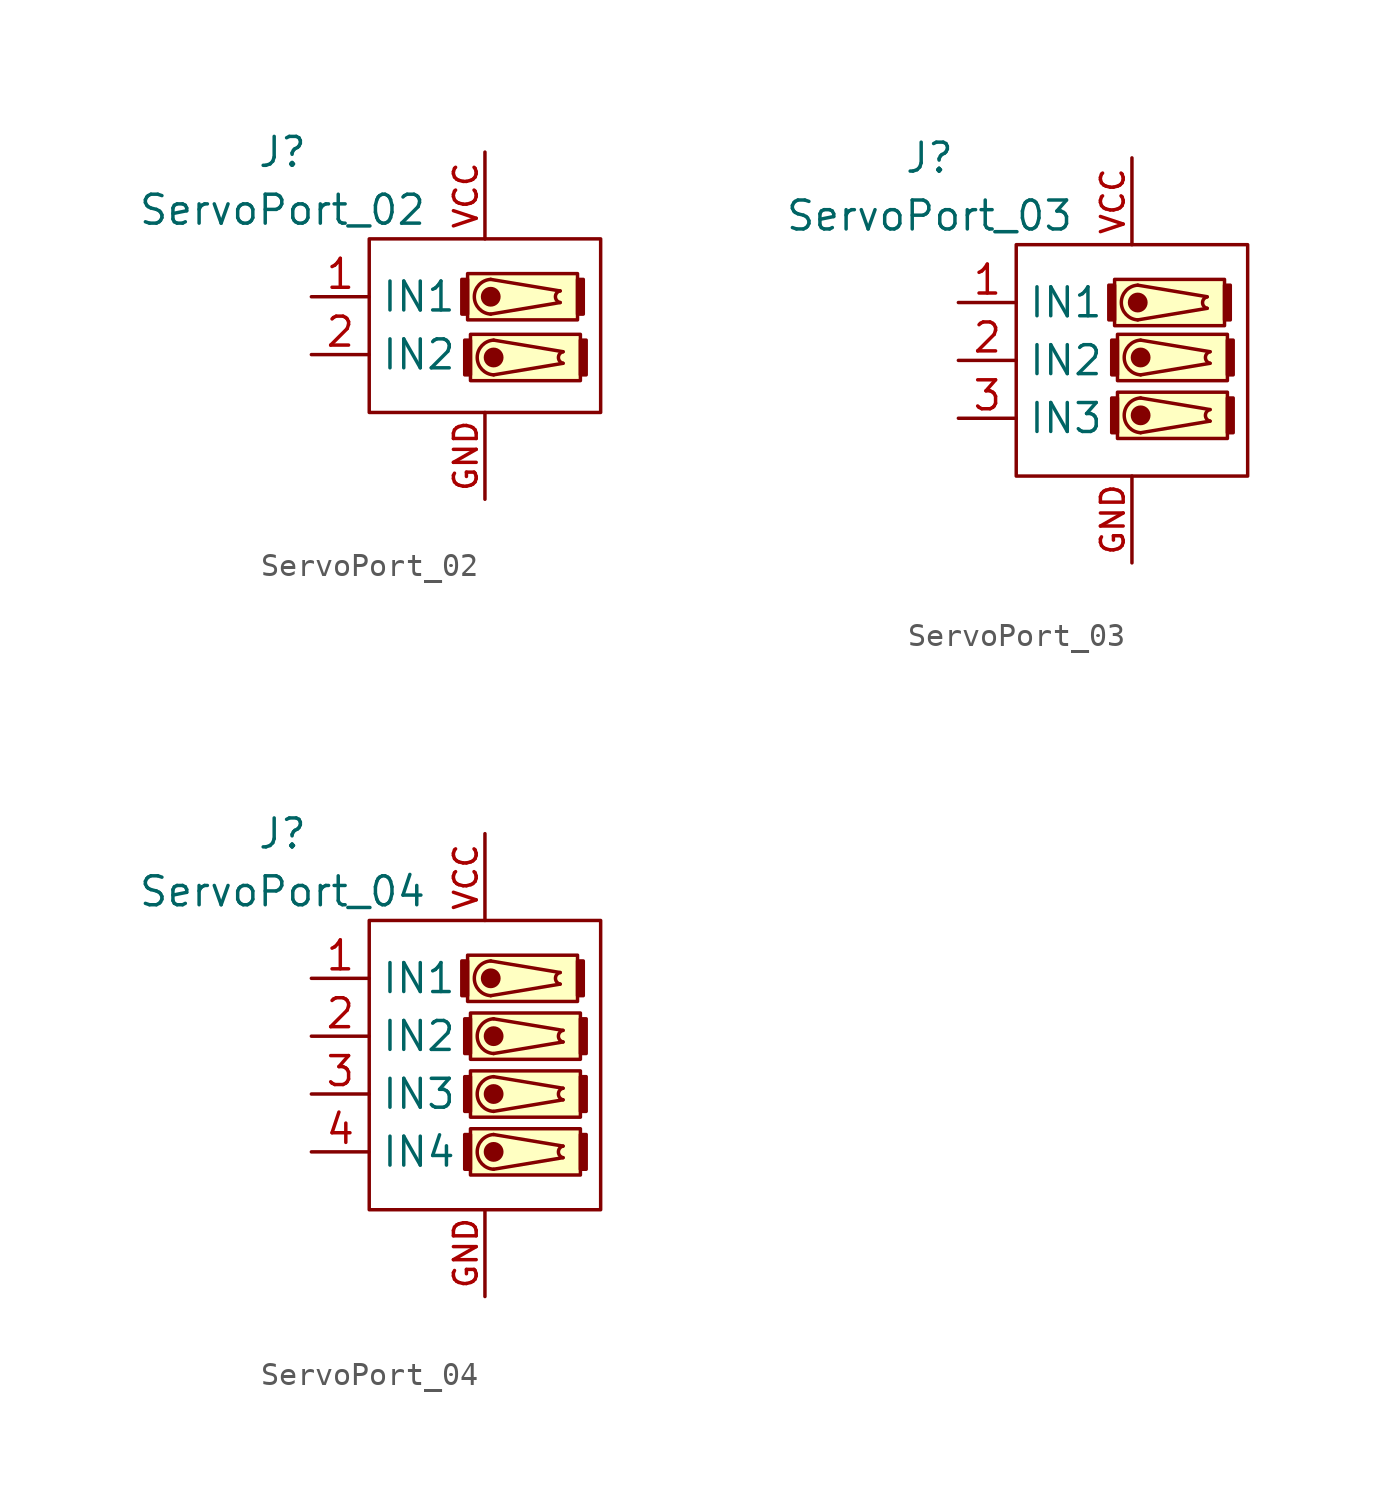
<source format=kicad_sym>
(kicad_symbol_lib
  (version 20211014)
  (generator kicad_symbol_editor)
  (symbol "ServoPort_02"
    (property "Reference" "J"
      (at -8.89 6.35 0)
      (effects (font (size 1.27 1.27))))
    (property "Value" "ServoPort_02"
      (at -8.89 3.81 0)
      (effects (font (size 1.27 1.27))))
    (symbol "ServoPort_02_0_1"
      (rectangle (start -5.08 2.54) (end 5.08 -5.08) (stroke (width 0) (type default) (color 0 0 0 0)) (fill (type none)))
      (rectangle (start -0.762 0.762) (end -1.016 -0.762) (stroke (width 0) (type default) (color 0 0 0 0)) (fill (type outline)))
      (rectangle (start -0.762 1.016) (end 4.064 -1.016) (stroke (width 0) (type default) (color 0 0 0 0)) (fill (type background)))
      (rectangle (start -0.635 -1.905) (end -0.889 -3.429) (stroke (width 0) (type default) (color 0 0 0 0)) (fill (type outline)))
      (rectangle (start -0.635 -1.651) (end 4.191 -3.683) (stroke (width 0) (type default) (color 0 0 0 0)) (fill (type background)))
      (polyline (pts (xy 0.254 0.762) (xy 3.302 0.254)) (stroke (width 0) (type default) (color 0 0 0 0)) (fill (type none)))
      (polyline (pts (xy 0.381 -1.905) (xy 3.429 -2.413)) (stroke (width 0) (type default) (color 0 0 0 0)) (fill (type none)))
      (polyline (pts (xy 3.302 -0.254) (xy 0.254 -0.762)) (stroke (width 0) (type default) (color 0 0 0 0)) (fill (type none)))
      (polyline (pts (xy 3.429 -2.921) (xy 0.381 -3.429)) (stroke (width 0) (type default) (color 0 0 0 0)) (fill (type none)))
      (circle (center 0.254 0) (radius 0.359) (stroke (width 0) (type default) (color 0 0 0 0)) (fill (type outline)))
      (arc (start 0.254 0.762) (mid -0.4664 0) (end 0.254 -0.762) (stroke (width 0) (type default) (color 0 0 0 0)) (fill (type none)))
      (circle (center 0.381 -2.667) (radius 0.359) (stroke (width 0) (type default) (color 0 0 0 0)) (fill (type outline)))
      (arc (start 0.381 -1.905) (mid -0.3394 -2.667) (end 0.381 -3.429) (stroke (width 0) (type default) (color 0 0 0 0)) (fill (type none)))
      (arc (start 3.302 0.254) (mid 2.9876 0) (end 3.302 -0.254) (stroke (width 0) (type default) (color 0 0 0 0)) (fill (type none)))
      (arc (start 3.429 -2.413) (mid 3.1146 -2.667) (end 3.429 -2.921) (stroke (width 0) (type default) (color 0 0 0 0)) (fill (type none)))
      (rectangle (start 4.064 0.762) (end 4.318 -0.762) (stroke (width 0) (type default) (color 0 0 0 0)) (fill (type outline)))
      (rectangle (start 4.191 -1.905) (end 4.445 -3.429) (stroke (width 0) (type default) (color 0 0 0 0)) (fill (type outline))))
    (symbol "ServoPort_02_1_1"
      (pin input line (at -7.62 0 0) (length 2.54) (name "IN1" (effects (font (size 1.27 1.27)))) (number "1" (effects (font (size 1.27 1.27)))))
      (pin input line (at -7.62 -2.54 0) (length 2.54) (name "IN2" (effects (font (size 1.27 1.27)))) (number "2" (effects (font (size 1.27 1.27)))))
      (pin power_in line (at 0 -8.89 90) (length 3.81) (name "" (effects (font (size 1 1)))) (number "GND" (effects (font (size 1 1)))))
      (pin power_in line (at 0 6.35 270) (length 3.81) (name "" (effects (font (size 1 1)))) (number "VCC" (effects (font (size 1 1)))))))
  (symbol "ServoPort_03"
    (property "Reference" "J"
      (at -8.89 8.89 0)
      (effects (font (size 1.27 1.27))))
    (property "Value" "ServoPort_03"
      (at -8.89 6.35 0)
      (effects (font (size 1.27 1.27))))
    (symbol "ServoPort_03_0_1"
      (rectangle (start -5.08 5.08) (end 5.08 -5.08) (stroke (width 0) (type default) (color 0 0 0 0)) (fill (type none)))
      (rectangle (start -0.762 3.302) (end -1.016 1.778) (stroke (width 0) (type default) (color 0 0 0 0)) (fill (type outline)))
      (rectangle (start -0.762 3.556) (end 4.064 1.524) (stroke (width 0) (type default) (color 0 0 0 0)) (fill (type background)))
      (rectangle (start -0.635 -1.651) (end -0.889 -3.175) (stroke (width 0) (type default) (color 0 0 0 0)) (fill (type outline)))
      (rectangle (start -0.635 -1.397) (end 4.191 -3.429) (stroke (width 0) (type default) (color 0 0 0 0)) (fill (type background)))
      (rectangle (start -0.635 0.889) (end -0.889 -0.635) (stroke (width 0) (type default) (color 0 0 0 0)) (fill (type outline)))
      (rectangle (start -0.635 1.143) (end 4.191 -0.889) (stroke (width 0) (type default) (color 0 0 0 0)) (fill (type background)))
      (polyline (pts (xy 0.254 3.302) (xy 3.302 2.794)) (stroke (width 0) (type default) (color 0 0 0 0)) (fill (type none)))
      (polyline (pts (xy 0.381 -1.651) (xy 3.429 -2.159)) (stroke (width 0) (type default) (color 0 0 0 0)) (fill (type none)))
      (polyline (pts (xy 0.381 0.889) (xy 3.429 0.381)) (stroke (width 0) (type default) (color 0 0 0 0)) (fill (type none)))
      (polyline (pts (xy 3.302 2.286) (xy 0.254 1.778)) (stroke (width 0) (type default) (color 0 0 0 0)) (fill (type none)))
      (polyline (pts (xy 3.429 -2.667) (xy 0.381 -3.175)) (stroke (width 0) (type default) (color 0 0 0 0)) (fill (type none)))
      (polyline (pts (xy 3.429 -0.127) (xy 0.381 -0.635)) (stroke (width 0) (type default) (color 0 0 0 0)) (fill (type none)))
      (circle (center 0.254 2.54) (radius 0.359) (stroke (width 0) (type default) (color 0 0 0 0)) (fill (type outline)))
      (arc (start 0.254 3.302) (mid -0.4664 2.54) (end 0.254 1.778) (stroke (width 0) (type default) (color 0 0 0 0)) (fill (type none)))
      (circle (center 0.381 -2.413) (radius 0.359) (stroke (width 0) (type default) (color 0 0 0 0)) (fill (type outline)))
      (arc (start 0.381 -1.651) (mid -0.3394 -2.413) (end 0.381 -3.175) (stroke (width 0) (type default) (color 0 0 0 0)) (fill (type none)))
      (circle (center 0.381 0.127) (radius 0.359) (stroke (width 0) (type default) (color 0 0 0 0)) (fill (type outline)))
      (arc (start 0.381 0.889) (mid -0.3394 0.127) (end 0.381 -0.635) (stroke (width 0) (type default) (color 0 0 0 0)) (fill (type none)))
      (arc (start 3.302 2.794) (mid 2.9876 2.54) (end 3.302 2.286) (stroke (width 0) (type default) (color 0 0 0 0)) (fill (type none)))
      (arc (start 3.429 -2.159) (mid 3.1146 -2.413) (end 3.429 -2.667) (stroke (width 0) (type default) (color 0 0 0 0)) (fill (type none)))
      (arc (start 3.429 0.381) (mid 3.1146 0.127) (end 3.429 -0.127) (stroke (width 0) (type default) (color 0 0 0 0)) (fill (type none)))
      (rectangle (start 4.064 3.302) (end 4.318 1.778) (stroke (width 0) (type default) (color 0 0 0 0)) (fill (type outline)))
      (rectangle (start 4.191 -1.651) (end 4.445 -3.175) (stroke (width 0) (type default) (color 0 0 0 0)) (fill (type outline)))
      (rectangle (start 4.191 0.889) (end 4.445 -0.635) (stroke (width 0) (type default) (color 0 0 0 0)) (fill (type outline))))
    (symbol "ServoPort_03_1_1"
      (pin input line (at -7.62 2.54 0) (length 2.54) (name "IN1" (effects (font (size 1.27 1.27)))) (number "1" (effects (font (size 1.27 1.27)))))
      (pin input line (at -7.62 0 0) (length 2.54) (name "IN2" (effects (font (size 1.27 1.27)))) (number "2" (effects (font (size 1.27 1.27)))))
      (pin input line (at -7.62 -2.54 0) (length 2.54) (name "IN3" (effects (font (size 1.27 1.27)))) (number "3" (effects (font (size 1.27 1.27)))))
      (pin power_in line (at 0 -8.89 90) (length 3.81) (name "" (effects (font (size 1 1)))) (number "GND" (effects (font (size 1 1)))))
      (pin power_in line (at 0 8.89 270) (length 3.81) (name "" (effects (font (size 1 1)))) (number "VCC" (effects (font (size 1 1)))))))
  (symbol "ServoPort_04"
    (property "Reference" "J"
      (at -8.89 10.16 0)
      (effects (font (size 1.27 1.27))))
    (property "Value" "ServoPort_04"
      (at -8.89 7.62 0)
      (effects (font (size 1.27 1.27))))
    (symbol "ServoPort_04_0_1"
      (rectangle (start -5.08 6.35) (end 5.08 -6.35) (stroke (width 0) (type default) (color 0 0 0 0)) (fill (type none)))
      (rectangle (start -0.762 4.572) (end -1.016 3.048) (stroke (width 0) (type default) (color 0 0 0 0)) (fill (type outline)))
      (rectangle (start -0.762 4.826) (end 4.064 2.794) (stroke (width 0) (type default) (color 0 0 0 0)) (fill (type background)))
      (rectangle (start -0.635 -3.048) (end -0.889 -4.572) (stroke (width 0) (type default) (color 0 0 0 0)) (fill (type outline)))
      (rectangle (start -0.635 -2.794) (end 4.191 -4.826) (stroke (width 0) (type default) (color 0 0 0 0)) (fill (type background)))
      (rectangle (start -0.635 -0.508) (end -0.889 -2.032) (stroke (width 0) (type default) (color 0 0 0 0)) (fill (type outline)))
      (rectangle (start -0.635 -0.254) (end 4.191 -2.286) (stroke (width 0) (type default) (color 0 0 0 0)) (fill (type background)))
      (rectangle (start -0.635 2.032) (end -0.889 0.508) (stroke (width 0) (type default) (color 0 0 0 0)) (fill (type outline)))
      (rectangle (start -0.635 2.286) (end 4.191 0.254) (stroke (width 0) (type default) (color 0 0 0 0)) (fill (type background)))
      (polyline (pts (xy 0.254 4.572) (xy 3.302 4.064)) (stroke (width 0) (type default) (color 0 0 0 0)) (fill (type none)))
      (polyline (pts (xy 0.381 -3.048) (xy 3.429 -3.556)) (stroke (width 0) (type default) (color 0 0 0 0)) (fill (type none)))
      (polyline (pts (xy 0.381 -0.508) (xy 3.429 -1.016)) (stroke (width 0) (type default) (color 0 0 0 0)) (fill (type none)))
      (polyline (pts (xy 0.381 2.032) (xy 3.429 1.524)) (stroke (width 0) (type default) (color 0 0 0 0)) (fill (type none)))
      (polyline (pts (xy 3.302 3.556) (xy 0.254 3.048)) (stroke (width 0) (type default) (color 0 0 0 0)) (fill (type none)))
      (polyline (pts (xy 3.429 -4.064) (xy 0.381 -4.572)) (stroke (width 0) (type default) (color 0 0 0 0)) (fill (type none)))
      (polyline (pts (xy 3.429 -1.524) (xy 0.381 -2.032)) (stroke (width 0) (type default) (color 0 0 0 0)) (fill (type none)))
      (polyline (pts (xy 3.429 1.016) (xy 0.381 0.508)) (stroke (width 0) (type default) (color 0 0 0 0)) (fill (type none)))
      (circle (center 0.254 3.81) (radius 0.359) (stroke (width 0) (type default) (color 0 0 0 0)) (fill (type outline)))
      (arc (start 0.254 4.572) (mid -0.4664 3.81) (end 0.254 3.048) (stroke (width 0) (type default) (color 0 0 0 0)) (fill (type none)))
      (circle (center 0.381 -3.81) (radius 0.359) (stroke (width 0) (type default) (color 0 0 0 0)) (fill (type outline)))
      (arc (start 0.381 -3.048) (mid -0.3394 -3.81) (end 0.381 -4.572) (stroke (width 0) (type default) (color 0 0 0 0)) (fill (type none)))
      (circle (center 0.381 -1.27) (radius 0.359) (stroke (width 0) (type default) (color 0 0 0 0)) (fill (type outline)))
      (arc (start 0.381 -0.508) (mid -0.3394 -1.27) (end 0.381 -2.032) (stroke (width 0) (type default) (color 0 0 0 0)) (fill (type none)))
      (circle (center 0.381 1.27) (radius 0.359) (stroke (width 0) (type default) (color 0 0 0 0)) (fill (type outline)))
      (arc (start 0.381 2.032) (mid -0.3394 1.27) (end 0.381 0.508) (stroke (width 0) (type default) (color 0 0 0 0)) (fill (type none)))
      (arc (start 3.302 4.064) (mid 2.9876 3.81) (end 3.302 3.556) (stroke (width 0) (type default) (color 0 0 0 0)) (fill (type none)))
      (arc (start 3.429 -3.556) (mid 3.1146 -3.81) (end 3.429 -4.064) (stroke (width 0) (type default) (color 0 0 0 0)) (fill (type none)))
      (arc (start 3.429 -1.016) (mid 3.1146 -1.27) (end 3.429 -1.524) (stroke (width 0) (type default) (color 0 0 0 0)) (fill (type none)))
      (arc (start 3.429 1.524) (mid 3.1146 1.27) (end 3.429 1.016) (stroke (width 0) (type default) (color 0 0 0 0)) (fill (type none)))
      (rectangle (start 4.064 4.572) (end 4.318 3.048) (stroke (width 0) (type default) (color 0 0 0 0)) (fill (type outline)))
      (rectangle (start 4.191 -3.048) (end 4.445 -4.572) (stroke (width 0) (type default) (color 0 0 0 0)) (fill (type outline)))
      (rectangle (start 4.191 -0.508) (end 4.445 -2.032) (stroke (width 0) (type default) (color 0 0 0 0)) (fill (type outline)))
      (rectangle (start 4.191 2.032) (end 4.445 0.508) (stroke (width 0) (type default) (color 0 0 0 0)) (fill (type outline))))
    (symbol "ServoPort_04_1_1"
      (pin input line (at -7.62 3.81 0) (length 2.54) (name "IN1" (effects (font (size 1.27 1.27)))) (number "1" (effects (font (size 1.27 1.27)))))
      (pin input line (at -7.62 1.27 0) (length 2.54) (name "IN2" (effects (font (size 1.27 1.27)))) (number "2" (effects (font (size 1.27 1.27)))))
      (pin input line (at -7.62 -1.27 0) (length 2.54) (name "IN3" (effects (font (size 1.27 1.27)))) (number "3" (effects (font (size 1.27 1.27)))))
      (pin input line (at -7.62 -3.81 0) (length 2.54) (name "IN4" (effects (font (size 1.27 1.27)))) (number "4" (effects (font (size 1.27 1.27)))))
      (pin power_in line (at 0 -10.16 90) (length 3.81) (name "" (effects (font (size 1 1)))) (number "GND" (effects (font (size 1 1)))))
      (pin power_in line (at 0 10.16 270) (length 3.81) (name "" (effects (font (size 1 1)))) (number "VCC" (effects (font (size 1 1))))))))
</source>
